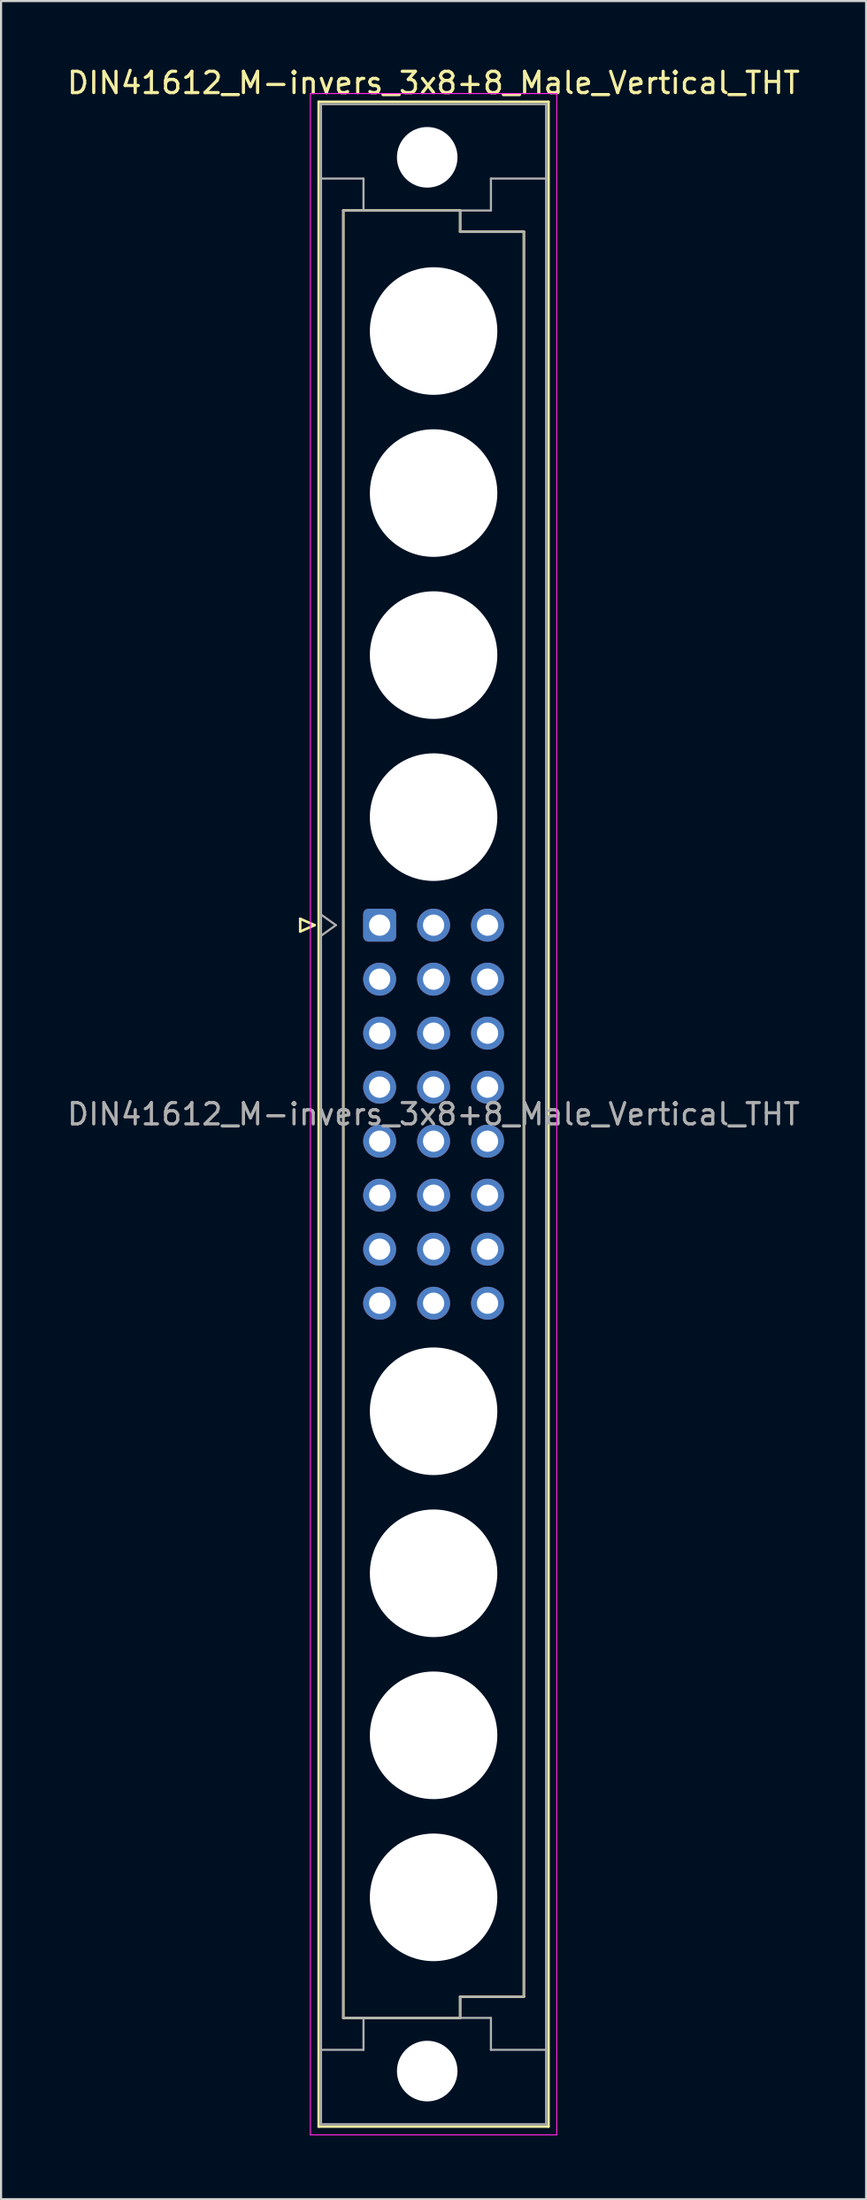
<source format=kicad_pcb>
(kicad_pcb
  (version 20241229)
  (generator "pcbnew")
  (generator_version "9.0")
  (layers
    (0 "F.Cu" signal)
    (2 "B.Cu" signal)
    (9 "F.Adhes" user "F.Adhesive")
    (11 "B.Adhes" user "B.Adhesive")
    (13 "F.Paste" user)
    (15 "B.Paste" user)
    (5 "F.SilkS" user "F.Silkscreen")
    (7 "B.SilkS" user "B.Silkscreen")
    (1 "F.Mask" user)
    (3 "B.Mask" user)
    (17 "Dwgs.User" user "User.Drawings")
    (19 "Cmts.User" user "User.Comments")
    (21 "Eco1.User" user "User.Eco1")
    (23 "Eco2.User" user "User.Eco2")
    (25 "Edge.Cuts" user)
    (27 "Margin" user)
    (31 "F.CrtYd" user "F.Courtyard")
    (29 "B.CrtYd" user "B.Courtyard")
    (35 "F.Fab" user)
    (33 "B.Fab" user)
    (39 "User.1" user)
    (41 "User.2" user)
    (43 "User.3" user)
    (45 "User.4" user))
  (footprint "DIN41612_M-invers_3x8+8_Male_Vertical_THT"
    (layer "F.Cu")
    (at 14.823 9.978)
    (property "Reference" "DIN41612_M-invers_3x8+8_Male_Vertical_THT" (at 2.54 -9.13 0) (layer "F.SilkS") (effects (font (size 1 1) (thickness 0.15))))
    (attr through_hole)
    (fp_line (start -3.74 30.18) (end -3.74 30.78) (stroke (width 0.12) (type solid)) (layer "F.SilkS"))
    (fp_line (start -3.74 30.78) (end -3.06 30.48) (stroke (width 0.12) (type solid)) (layer "F.SilkS"))
    (fp_line (start -3.06 30.48) (end -3.74 30.18) (stroke (width 0.12) (type solid)) (layer "F.SilkS"))
    (fp_line (start -2.87 -8.24) (end 7.95 -8.24) (stroke (width 0.12) (type solid)) (layer "F.SilkS"))
    (fp_line (start -2.87 86.98) (end -2.87 -8.24) (stroke (width 0.12) (type solid)) (layer "F.SilkS"))
    (fp_line (start -1.71 -3.13) (end 3.79 -3.13) (stroke (width 0.12) (type solid)) (layer "F.SilkS"))
    (fp_line (start -1.71 81.87) (end -1.71 -3.13) (stroke (width 0.12) (type solid)) (layer "F.SilkS"))
    (fp_line (start 3.79 -3.13) (end 3.79 -2.13) (stroke (width 0.12) (type solid)) (layer "F.SilkS"))
    (fp_line (start 3.79 -2.13) (end 6.79 -2.13) (stroke (width 0.12) (type solid)) (layer "F.SilkS"))
    (fp_line (start 3.79 80.87) (end 3.79 81.87) (stroke (width 0.12) (type solid)) (layer "F.SilkS"))
    (fp_line (start 3.79 81.87) (end -1.71 81.87) (stroke (width 0.12) (type solid)) (layer "F.SilkS"))
    (fp_line (start 6.79 -2.13) (end 6.79 80.87) (stroke (width 0.12) (type solid)) (layer "F.SilkS"))
    (fp_line (start 6.79 80.87) (end 3.79 80.87) (stroke (width 0.12) (type solid)) (layer "F.SilkS"))
    (fp_line (start 7.95 -8.24) (end 7.95 86.98) (stroke (width 0.12) (type solid)) (layer "F.SilkS"))
    (fp_line (start 7.95 86.98) (end -2.87 86.98) (stroke (width 0.12) (type solid)) (layer "F.SilkS"))
    (fp_line (start -3.26 -8.63) (end 8.34 -8.63) (stroke (width 0.05) (type solid)) (layer "F.CrtYd"))
    (fp_line (start -3.26 87.37) (end -3.26 -8.63) (stroke (width 0.05) (type solid)) (layer "F.CrtYd"))
    (fp_line (start 8.34 -8.63) (end 8.34 87.37) (stroke (width 0.05) (type solid)) (layer "F.CrtYd"))
    (fp_line (start 8.34 87.37) (end -3.26 87.37) (stroke (width 0.05) (type solid)) (layer "F.CrtYd"))
    (fp_line (start -2.76 -8.13) (end 7.84 -8.13) (stroke (width 0.1) (type solid)) (layer "F.Fab"))
    (fp_line (start -2.76 -4.63) (end -0.76 -4.63) (stroke (width 0.1) (type solid)) (layer "F.Fab"))
    (fp_line (start -2.76 29.98) (end -2.06 30.48) (stroke (width 0.1) (type solid)) (layer "F.Fab"))
    (fp_line (start -2.76 83.37) (end -0.76 83.37) (stroke (width 0.1) (type solid)) (layer "F.Fab"))
    (fp_line (start -2.76 86.87) (end -2.76 -8.13) (stroke (width 0.1) (type solid)) (layer "F.Fab"))
    (fp_line (start -2.06 30.48) (end -2.76 30.98) (stroke (width 0.1) (type solid)) (layer "F.Fab"))
    (fp_line (start -1.71 -3.13) (end 3.79 -3.13) (stroke (width 0.1) (type solid)) (layer "F.Fab"))
    (fp_line (start -1.71 81.87) (end -1.71 -3.13) (stroke (width 0.1) (type solid)) (layer "F.Fab"))
    (fp_line (start -0.76 -4.63) (end -0.76 -3.13) (stroke (width 0.1) (type solid)) (layer "F.Fab"))
    (fp_line (start -0.76 83.37) (end -0.76 81.87) (stroke (width 0.1) (type solid)) (layer "F.Fab"))
    (fp_line (start 3.79 -3.13) (end 3.79 -2.13) (stroke (width 0.1) (type solid)) (layer "F.Fab"))
    (fp_line (start 3.79 -3.13) (end 5.24 -3.13) (stroke (width 0.1) (type solid)) (layer "F.Fab"))
    (fp_line (start 3.79 -2.13) (end 6.79 -2.13) (stroke (width 0.1) (type solid)) (layer "F.Fab"))
    (fp_line (start 3.79 80.87) (end 3.79 81.87) (stroke (width 0.1) (type solid)) (layer "F.Fab"))
    (fp_line (start 3.79 81.87) (end -1.71 81.87) (stroke (width 0.1) (type solid)) (layer "F.Fab"))
    (fp_line (start 3.79 81.87) (end 5.24 81.87) (stroke (width 0.1) (type solid)) (layer "F.Fab"))
    (fp_line (start 5.24 -4.63) (end 7.84 -4.63) (stroke (width 0.1) (type solid)) (layer "F.Fab"))
    (fp_line (start 5.24 -3.13) (end 5.24 -4.63) (stroke (width 0.1) (type solid)) (layer "F.Fab"))
    (fp_line (start 5.24 81.87) (end 5.24 83.37) (stroke (width 0.1) (type solid)) (layer "F.Fab"))
    (fp_line (start 5.24 83.37) (end 7.84 83.37) (stroke (width 0.1) (type solid)) (layer "F.Fab"))
    (fp_line (start 6.79 -2.13) (end 6.79 80.87) (stroke (width 0.1) (type solid)) (layer "F.Fab"))
    (fp_line (start 6.79 80.87) (end 3.79 80.87) (stroke (width 0.1) (type solid)) (layer "F.Fab"))
    (fp_line (start 7.84 -8.13) (end 7.84 86.87) (stroke (width 0.1) (type solid)) (layer "F.Fab"))
    (fp_line (start 7.84 86.87) (end -2.76 86.87) (stroke (width 0.1) (type solid)) (layer "F.Fab"))
    (fp_text user "${REFERENCE}" (at 2.54 39.37 0) (layer "F.Fab") (effects (font (size 1 1) (thickness 0.15))))
    (pad "" np_thru_hole circle (at 2.24 -5.63) (size 2.85 2.85) (drill 2.85) (layers "*.Cu" "*.Mask"))
    (pad "" np_thru_hole circle (at 2.24 84.37) (size 2.85 2.85) (drill 2.85) (layers "*.Cu" "*.Mask"))
    (pad "" np_thru_hole circle (at 2.54 2.54) (size 6 6) (drill 6) (layers "*.Cu" "*.Mask"))
    (pad "" np_thru_hole circle (at 2.54 10.16) (size 6 6) (drill 6) (layers "*.Cu" "*.Mask"))
    (pad "" np_thru_hole circle (at 2.54 17.78) (size 6 6) (drill 6) (layers "*.Cu" "*.Mask"))
    (pad "" np_thru_hole circle (at 2.54 25.4) (size 6 6) (drill 6) (layers "*.Cu" "*.Mask"))
    (pad "" np_thru_hole circle (at 2.54 53.34) (size 6 6) (drill 6) (layers "*.Cu" "*.Mask"))
    (pad "" np_thru_hole circle (at 2.54 60.96) (size 6 6) (drill 6) (layers "*.Cu" "*.Mask"))
    (pad "" np_thru_hole circle (at 2.54 68.58) (size 6 6) (drill 6) (layers "*.Cu" "*.Mask"))
    (pad "" np_thru_hole circle (at 2.54 76.2) (size 6 6) (drill 6) (layers "*.Cu" "*.Mask"))
    (pad "a13" thru_hole roundrect (at 0 30.48) (size 1.55 1.55) (drill 1) (layers "*.Cu" "*.Mask") (roundrect_rratio 0.161))
    (pad "a14" thru_hole circle (at 0 33.02) (size 1.55 1.55) (drill 1) (layers "*.Cu" "*.Mask"))
    (pad "a15" thru_hole circle (at 0 35.56) (size 1.55 1.55) (drill 1) (layers "*.Cu" "*.Mask"))
    (pad "a16" thru_hole circle (at 0 38.1) (size 1.55 1.55) (drill 1) (layers "*.Cu" "*.Mask"))
    (pad "a17" thru_hole circle (at 0 40.64) (size 1.55 1.55) (drill 1) (layers "*.Cu" "*.Mask"))
    (pad "a18" thru_hole circle (at 0 43.18) (size 1.55 1.55) (drill 1) (layers "*.Cu" "*.Mask"))
    (pad "a19" thru_hole circle (at 0 45.72) (size 1.55 1.55) (drill 1) (layers "*.Cu" "*.Mask"))
    (pad "a20" thru_hole circle (at 0 48.26) (size 1.55 1.55) (drill 1) (layers "*.Cu" "*.Mask"))
    (pad "b13" thru_hole circle (at 2.54 30.48) (size 1.55 1.55) (drill 1) (layers "*.Cu" "*.Mask"))
    (pad "b14" thru_hole circle (at 2.54 33.02) (size 1.55 1.55) (drill 1) (layers "*.Cu" "*.Mask"))
    (pad "b15" thru_hole circle (at 2.54 35.56) (size 1.55 1.55) (drill 1) (layers "*.Cu" "*.Mask"))
    (pad "b16" thru_hole circle (at 2.54 38.1) (size 1.55 1.55) (drill 1) (layers "*.Cu" "*.Mask"))
    (pad "b17" thru_hole circle (at 2.54 40.64) (size 1.55 1.55) (drill 1) (layers "*.Cu" "*.Mask"))
    (pad "b18" thru_hole circle (at 2.54 43.18) (size 1.55 1.55) (drill 1) (layers "*.Cu" "*.Mask"))
    (pad "b19" thru_hole circle (at 2.54 45.72) (size 1.55 1.55) (drill 1) (layers "*.Cu" "*.Mask"))
    (pad "b20" thru_hole circle (at 2.54 48.26) (size 1.55 1.55) (drill 1) (layers "*.Cu" "*.Mask"))
    (pad "c13" thru_hole circle (at 5.08 30.48) (size 1.55 1.55) (drill 1) (layers "*.Cu" "*.Mask"))
    (pad "c14" thru_hole circle (at 5.08 33.02) (size 1.55 1.55) (drill 1) (layers "*.Cu" "*.Mask"))
    (pad "c15" thru_hole circle (at 5.08 35.56) (size 1.55 1.55) (drill 1) (layers "*.Cu" "*.Mask"))
    (pad "c16" thru_hole circle (at 5.08 38.1) (size 1.55 1.55) (drill 1) (layers "*.Cu" "*.Mask"))
    (pad "c17" thru_hole circle (at 5.08 40.64) (size 1.55 1.55) (drill 1) (layers "*.Cu" "*.Mask"))
    (pad "c18" thru_hole circle (at 5.08 43.18) (size 1.55 1.55) (drill 1) (layers "*.Cu" "*.Mask"))
    (pad "c19" thru_hole circle (at 5.08 45.72) (size 1.55 1.55) (drill 1) (layers "*.Cu" "*.Mask"))
    (pad "c20" thru_hole circle (at 5.08 48.26) (size 1.55 1.55) (drill 1) (layers "*.Cu" "*.Mask")))
  (gr_rect
    (start -3 -3)
    (end 37.726 100.373)
    (stroke (width 0.1) (type default))
    (fill no)
    (layer "Edge.Cuts")))
</source>
